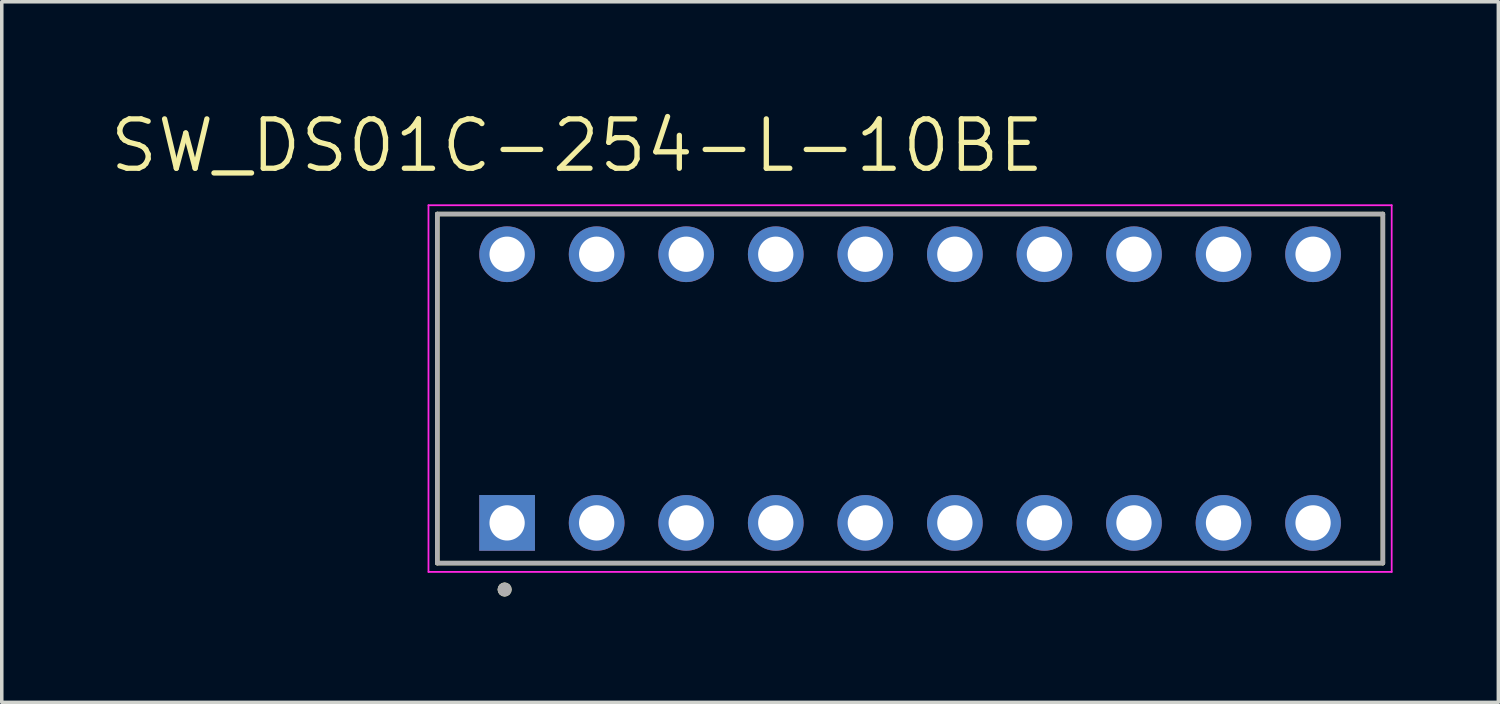
<source format=kicad_pcb>
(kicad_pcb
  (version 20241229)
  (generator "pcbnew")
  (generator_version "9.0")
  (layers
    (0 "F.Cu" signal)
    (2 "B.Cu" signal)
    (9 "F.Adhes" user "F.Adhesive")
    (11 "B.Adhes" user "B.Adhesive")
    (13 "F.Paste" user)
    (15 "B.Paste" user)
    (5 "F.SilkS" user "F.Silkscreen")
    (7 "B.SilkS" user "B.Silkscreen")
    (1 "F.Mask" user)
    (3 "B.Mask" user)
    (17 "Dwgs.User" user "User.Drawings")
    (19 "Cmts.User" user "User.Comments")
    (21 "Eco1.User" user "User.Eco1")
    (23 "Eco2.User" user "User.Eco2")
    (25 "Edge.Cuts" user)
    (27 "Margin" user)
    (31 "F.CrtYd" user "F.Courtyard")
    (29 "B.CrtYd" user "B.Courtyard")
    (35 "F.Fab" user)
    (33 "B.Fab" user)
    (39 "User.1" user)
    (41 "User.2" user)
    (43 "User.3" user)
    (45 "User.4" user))
  (footprint "SW_DS01C-254-L-10BE"
    (layer "F.Cu")
    (at 22.763 7.971)
    (property "Reference" "SW_DS01C-254-L-10BE" (at -9.445 -6.889 0) (layer "F.SilkS") (effects (font (size 1.4 1.4) (thickness 0.15))))
    (attr through_hole)
    (fp_line (start -13.41 -4.95) (end 13.41 -4.95) (stroke (width 0.127) (type solid)) (layer "F.SilkS"))
    (fp_line (start -13.41 4.95) (end -13.41 -4.95) (stroke (width 0.127) (type solid)) (layer "F.SilkS"))
    (fp_line (start 13.41 -4.95) (end 13.41 4.95) (stroke (width 0.127) (type solid)) (layer "F.SilkS"))
    (fp_line (start 13.41 4.95) (end -13.41 4.95) (stroke (width 0.127) (type solid)) (layer "F.SilkS"))
    (fp_circle (center -11.5 5.7) (end -11.4 5.7) (stroke (width 0.2) (type solid)) (fill no) (layer "F.SilkS"))
    (fp_line (start -13.66 -5.2) (end -13.66 5.2) (stroke (width 0.05) (type solid)) (layer "F.CrtYd"))
    (fp_line (start -13.66 5.2) (end 13.66 5.2) (stroke (width 0.05) (type solid)) (layer "F.CrtYd"))
    (fp_line (start 13.66 -5.2) (end -13.66 -5.2) (stroke (width 0.05) (type solid)) (layer "F.CrtYd"))
    (fp_line (start 13.66 5.2) (end 13.66 -5.2) (stroke (width 0.05) (type solid)) (layer "F.CrtYd"))
    (fp_line (start -13.41 -4.95) (end 13.41 -4.95) (stroke (width 0.127) (type solid)) (layer "F.Fab"))
    (fp_line (start -13.41 4.95) (end -13.41 -4.95) (stroke (width 0.127) (type solid)) (layer "F.Fab"))
    (fp_line (start 13.41 -4.95) (end 13.41 4.95) (stroke (width 0.127) (type solid)) (layer "F.Fab"))
    (fp_line (start 13.41 4.95) (end -13.41 4.95) (stroke (width 0.127) (type solid)) (layer "F.Fab"))
    (fp_circle (center -11.5 5.7) (end -11.4 5.7) (stroke (width 0.2) (type solid)) (fill no) (layer "F.Fab"))
    (pad "1A" thru_hole rect (at -11.43 3.81) (size 1.58 1.58) (drill 1) (layers "*.Cu" "*.Mask"))
    (pad "1B" thru_hole circle (at -11.43 -3.81) (size 1.58 1.58) (drill 1) (layers "*.Cu" "*.Mask"))
    (pad "2A" thru_hole circle (at -8.89 3.81) (size 1.58 1.58) (drill 1) (layers "*.Cu" "*.Mask"))
    (pad "2B" thru_hole circle (at -8.89 -3.81) (size 1.58 1.58) (drill 1) (layers "*.Cu" "*.Mask"))
    (pad "3A" thru_hole circle (at -6.35 3.81) (size 1.58 1.58) (drill 1) (layers "*.Cu" "*.Mask"))
    (pad "3B" thru_hole circle (at -6.35 -3.81) (size 1.58 1.58) (drill 1) (layers "*.Cu" "*.Mask"))
    (pad "4A" thru_hole circle (at -3.81 3.81) (size 1.58 1.58) (drill 1) (layers "*.Cu" "*.Mask"))
    (pad "4B" thru_hole circle (at -3.81 -3.81) (size 1.58 1.58) (drill 1) (layers "*.Cu" "*.Mask"))
    (pad "5A" thru_hole circle (at -1.27 3.81) (size 1.58 1.58) (drill 1) (layers "*.Cu" "*.Mask"))
    (pad "5B" thru_hole circle (at -1.27 -3.81) (size 1.58 1.58) (drill 1) (layers "*.Cu" "*.Mask"))
    (pad "6A" thru_hole circle (at 1.27 3.81) (size 1.58 1.58) (drill 1) (layers "*.Cu" "*.Mask"))
    (pad "6B" thru_hole circle (at 1.27 -3.81) (size 1.58 1.58) (drill 1) (layers "*.Cu" "*.Mask"))
    (pad "7A" thru_hole circle (at 3.81 3.81) (size 1.58 1.58) (drill 1) (layers "*.Cu" "*.Mask"))
    (pad "7B" thru_hole circle (at 3.81 -3.81) (size 1.58 1.58) (drill 1) (layers "*.Cu" "*.Mask"))
    (pad "8A" thru_hole circle (at 6.35 3.81) (size 1.58 1.58) (drill 1) (layers "*.Cu" "*.Mask"))
    (pad "8B" thru_hole circle (at 6.35 -3.81) (size 1.58 1.58) (drill 1) (layers "*.Cu" "*.Mask"))
    (pad "9A" thru_hole circle (at 8.89 3.81) (size 1.58 1.58) (drill 1) (layers "*.Cu" "*.Mask"))
    (pad "9B" thru_hole circle (at 8.89 -3.81) (size 1.58 1.58) (drill 1) (layers "*.Cu" "*.Mask"))
    (pad "10A" thru_hole circle (at 11.43 3.81) (size 1.58 1.58) (drill 1) (layers "*.Cu" "*.Mask"))
    (pad "10B" thru_hole circle (at 11.43 -3.81) (size 1.58 1.58) (drill 1) (layers "*.Cu" "*.Mask")))
  (gr_rect
    (start -3 -3)
    (end 39.448 16.871)
    (stroke (width 0.1) (type default))
    (fill no)
    (layer "Edge.Cuts")))
</source>
